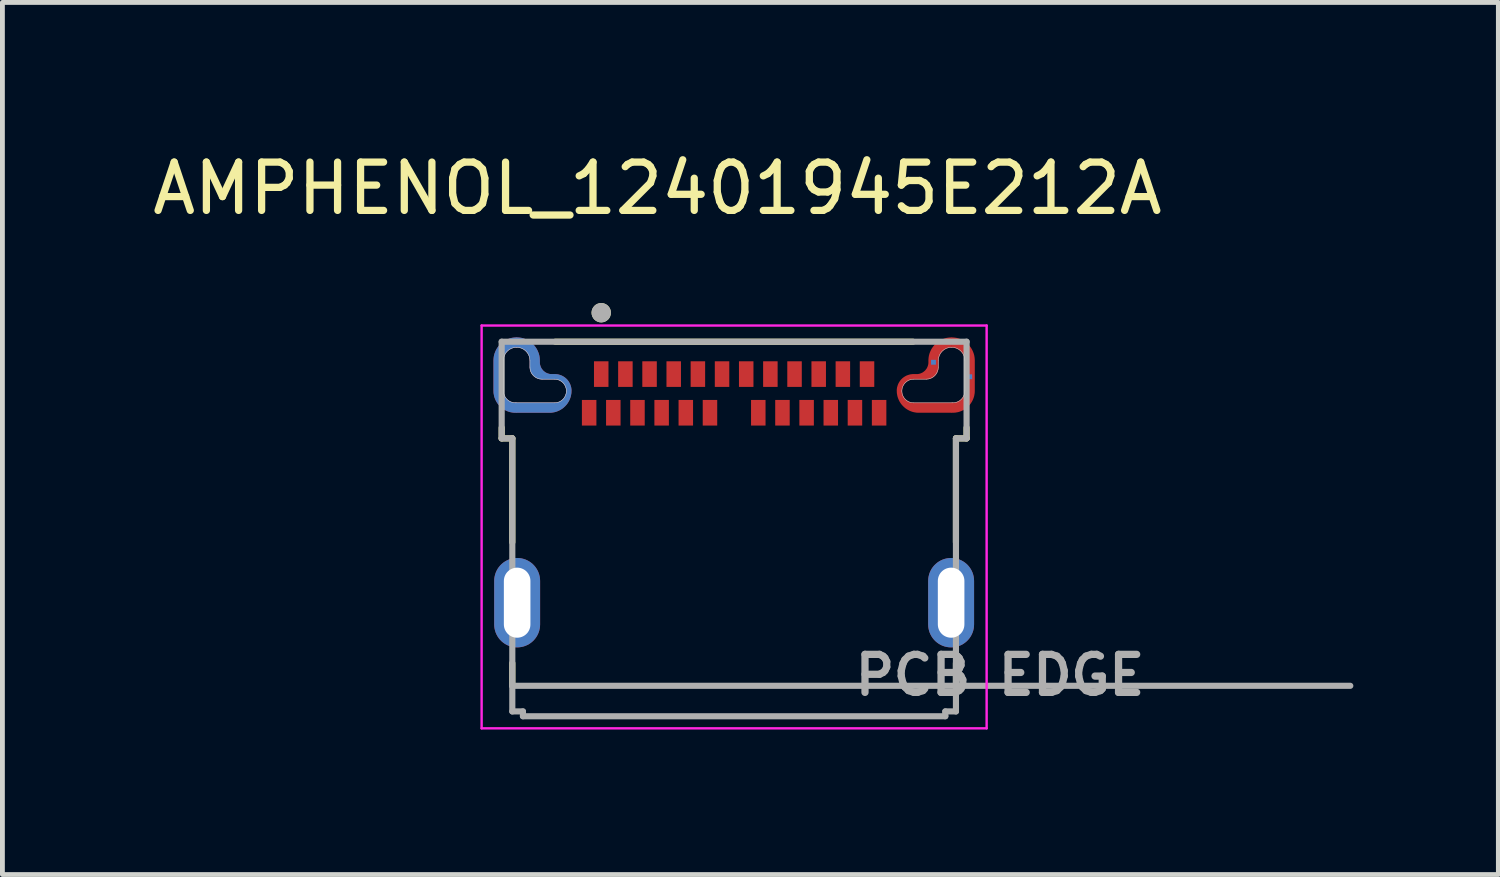
<source format=kicad_pcb>
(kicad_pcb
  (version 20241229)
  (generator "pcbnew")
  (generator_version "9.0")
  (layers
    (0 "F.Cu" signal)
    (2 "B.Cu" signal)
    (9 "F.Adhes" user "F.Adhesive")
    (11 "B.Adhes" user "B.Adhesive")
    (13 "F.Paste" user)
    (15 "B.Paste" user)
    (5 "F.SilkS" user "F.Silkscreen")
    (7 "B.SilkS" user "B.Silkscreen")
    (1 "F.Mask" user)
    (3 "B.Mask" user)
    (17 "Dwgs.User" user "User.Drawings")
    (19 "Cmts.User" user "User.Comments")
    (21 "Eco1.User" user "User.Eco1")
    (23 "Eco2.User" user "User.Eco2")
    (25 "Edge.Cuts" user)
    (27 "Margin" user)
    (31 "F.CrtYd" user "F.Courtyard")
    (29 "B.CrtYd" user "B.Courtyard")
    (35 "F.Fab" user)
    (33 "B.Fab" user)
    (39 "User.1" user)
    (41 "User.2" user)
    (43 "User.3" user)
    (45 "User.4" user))
  (footprint "AMPHENOL_12401945E212A"
    (layer "F.Cu")
    (at 12.141 9.421)
    (property "Reference" "AMPHENOL_12401945E212A" (at -1.587 -8.572 0) (layer "F.SilkS") (effects (font (size 1 1) (thickness 0.15))))
    (attr smd)
    (fp_poly (pts (xy -3.2 -4.245) (xy -2.8 -4.245) (xy -2.8 -3.615) (xy -3.2 -3.615)) (stroke (width 0.01) (type solid)) (fill yes) (layer "F.Mask"))
    (fp_poly (pts (xy -2.95 -5.045) (xy -2.55 -5.045) (xy -2.55 -4.415) (xy -2.95 -4.415)) (stroke (width 0.01) (type solid)) (fill yes) (layer "F.Mask"))
    (fp_poly (pts (xy -2.7 -4.245) (xy -2.3 -4.245) (xy -2.3 -3.615) (xy -2.7 -3.615)) (stroke (width 0.01) (type solid)) (fill yes) (layer "F.Mask"))
    (fp_poly (pts (xy -2.45 -5.045) (xy -2.05 -5.045) (xy -2.05 -4.415) (xy -2.45 -4.415)) (stroke (width 0.01) (type solid)) (fill yes) (layer "F.Mask"))
    (fp_poly (pts (xy -2.2 -4.245) (xy -1.8 -4.245) (xy -1.8 -3.615) (xy -2.2 -3.615)) (stroke (width 0.01) (type solid)) (fill yes) (layer "F.Mask"))
    (fp_poly (pts (xy -1.95 -5.045) (xy -1.55 -5.045) (xy -1.55 -4.415) (xy -1.95 -4.415)) (stroke (width 0.01) (type solid)) (fill yes) (layer "F.Mask"))
    (fp_poly (pts (xy -1.7 -4.245) (xy -1.3 -4.245) (xy -1.3 -3.615) (xy -1.7 -3.615)) (stroke (width 0.01) (type solid)) (fill yes) (layer "F.Mask"))
    (fp_poly (pts (xy -1.45 -5.045) (xy -1.05 -5.045) (xy -1.05 -4.415) (xy -1.45 -4.415)) (stroke (width 0.01) (type solid)) (fill yes) (layer "F.Mask"))
    (fp_poly (pts (xy -1.2 -4.245) (xy -0.8 -4.245) (xy -0.8 -3.615) (xy -1.2 -3.615)) (stroke (width 0.01) (type solid)) (fill yes) (layer "F.Mask"))
    (fp_poly (pts (xy -0.95 -5.045) (xy -0.55 -5.045) (xy -0.55 -4.415) (xy -0.95 -4.415)) (stroke (width 0.01) (type solid)) (fill yes) (layer "F.Mask"))
    (fp_poly (pts (xy -0.7 -4.245) (xy -0.3 -4.245) (xy -0.3 -3.615) (xy -0.7 -3.615)) (stroke (width 0.01) (type solid)) (fill yes) (layer "F.Mask"))
    (fp_poly (pts (xy -0.45 -5.045) (xy -0.05 -5.045) (xy -0.05 -4.415) (xy -0.45 -4.415)) (stroke (width 0.01) (type solid)) (fill yes) (layer "F.Mask"))
    (fp_poly (pts (xy 0.05 -5.045) (xy 0.45 -5.045) (xy 0.45 -4.415) (xy 0.05 -4.415)) (stroke (width 0.01) (type solid)) (fill yes) (layer "F.Mask"))
    (fp_poly (pts (xy 0.3 -4.245) (xy 0.7 -4.245) (xy 0.7 -3.615) (xy 0.3 -3.615)) (stroke (width 0.01) (type solid)) (fill yes) (layer "F.Mask"))
    (fp_poly (pts (xy 0.55 -5.045) (xy 0.95 -5.045) (xy 0.95 -4.415) (xy 0.55 -4.415)) (stroke (width 0.01) (type solid)) (fill yes) (layer "F.Mask"))
    (fp_poly (pts (xy 0.8 -4.245) (xy 1.2 -4.245) (xy 1.2 -3.615) (xy 0.8 -3.615)) (stroke (width 0.01) (type solid)) (fill yes) (layer "F.Mask"))
    (fp_poly (pts (xy 1.05 -5.045) (xy 1.45 -5.045) (xy 1.45 -4.415) (xy 1.05 -4.415)) (stroke (width 0.01) (type solid)) (fill yes) (layer "F.Mask"))
    (fp_poly (pts (xy 1.3 -4.245) (xy 1.7 -4.245) (xy 1.7 -3.615) (xy 1.3 -3.615)) (stroke (width 0.01) (type solid)) (fill yes) (layer "F.Mask"))
    (fp_poly (pts (xy 1.55 -5.045) (xy 1.95 -5.045) (xy 1.95 -4.415) (xy 1.55 -4.415)) (stroke (width 0.01) (type solid)) (fill yes) (layer "F.Mask"))
    (fp_poly (pts (xy 1.8 -4.245) (xy 2.2 -4.245) (xy 2.2 -3.615) (xy 1.8 -3.615)) (stroke (width 0.01) (type solid)) (fill yes) (layer "F.Mask"))
    (fp_poly (pts (xy 2.05 -5.045) (xy 2.45 -5.045) (xy 2.45 -4.415) (xy 2.05 -4.415)) (stroke (width 0.01) (type solid)) (fill yes) (layer "F.Mask"))
    (fp_poly (pts (xy 2.3 -4.245) (xy 2.7 -4.245) (xy 2.7 -3.615) (xy 2.3 -3.615)) (stroke (width 0.01) (type solid)) (fill yes) (layer "F.Mask"))
    (fp_poly (pts (xy 2.55 -5.045) (xy 2.95 -5.045) (xy 2.95 -4.415) (xy 2.55 -4.415)) (stroke (width 0.01) (type solid)) (fill yes) (layer "F.Mask"))
    (fp_poly (pts (xy 2.8 -4.245) (xy 3.2 -4.245) (xy 3.2 -3.615) (xy 2.8 -3.615)) (stroke (width 0.01) (type solid)) (fill yes) (layer "F.Mask"))
    (fp_poly (pts (xy -5.075 -5.01) (xy -5.075 -4.385) (xy -5.074 -4.356) (xy -5.072 -4.328) (xy -5.068 -4.299) (xy -5.063 -4.271) (xy -5.056 -4.243) (xy -5.048 -4.215) (xy -5.038 -4.188) (xy -5.027 -4.161) (xy -5.015 -4.135) (xy -5.001 -4.11) (xy -4.986 -4.085) (xy -4.97 -4.062) (xy -4.952 -4.039) (xy -4.934 -4.017) (xy -4.914 -3.996) (xy -4.893 -3.976) (xy -4.871 -3.958) (xy -4.848 -3.94) (xy -4.825 -3.924) (xy -4.8 -3.909) (xy -4.775 -3.895) (xy -4.749 -3.883) (xy -4.722 -3.872) (xy -4.695 -3.862) (xy -4.667 -3.854) (xy -4.639 -3.847) (xy -4.611 -3.842) (xy -4.582 -3.838) (xy -4.554 -3.836) (xy -4.525 -3.835) (xy -3.82 -3.835) (xy -3.791 -3.836) (xy -3.763 -3.838) (xy -3.734 -3.842) (xy -3.706 -3.847) (xy -3.678 -3.854) (xy -3.65 -3.862) (xy -3.623 -3.872) (xy -3.596 -3.883) (xy -3.57 -3.895) (xy -3.545 -3.909) (xy -3.52 -3.924) (xy -3.497 -3.94) (xy -3.474 -3.958) (xy -3.452 -3.976) (xy -3.431 -3.996) (xy -3.411 -4.017) (xy -3.393 -4.039) (xy -3.375 -4.062) (xy -3.359 -4.085) (xy -3.344 -4.11) (xy -3.33 -4.135) (xy -3.318 -4.161) (xy -3.307 -4.188) (xy -3.297 -4.215) (xy -3.289 -4.243) (xy -3.282 -4.271) (xy -3.277 -4.299) (xy -3.273 -4.328) (xy -3.271 -4.356) (xy -3.27 -4.385) (xy -3.271 -4.408) (xy -3.272 -4.431) (xy -3.275 -4.454) (xy -3.28 -4.476) (xy -3.285 -4.499) (xy -3.292 -4.521) (xy -3.299 -4.543) (xy -3.308 -4.564) (xy -3.318 -4.585) (xy -3.329 -4.605) (xy -3.341 -4.625) (xy -3.354 -4.644) (xy -3.368 -4.662) (xy -3.383 -4.679) (xy -3.399 -4.696) (xy -3.416 -4.712) (xy -3.433 -4.727) (xy -3.451 -4.741) (xy -3.47 -4.754) (xy -3.49 -4.766) (xy -3.51 -4.777) (xy -3.531 -4.787) (xy -3.552 -4.796) (xy -3.574 -4.803) (xy -3.596 -4.81) (xy -3.619 -4.815) (xy -3.641 -4.82) (xy -3.664 -4.823) (xy -3.687 -4.824) (xy -3.71 -4.825) (xy -3.74 -4.825) (xy -3.75 -4.825) (xy -3.759 -4.826) (xy -3.769 -4.827) (xy -3.778 -4.829) (xy -3.788 -4.831) (xy -3.797 -4.834) (xy -3.806 -4.837) (xy -3.815 -4.841) (xy -3.824 -4.845) (xy -3.833 -4.85) (xy -3.841 -4.855) (xy -3.849 -4.86) (xy -3.856 -4.866) (xy -3.864 -4.873) (xy -3.871 -4.879) (xy -3.877 -4.886) (xy -3.884 -4.894) (xy -3.89 -4.901) (xy -3.895 -4.909) (xy -3.9 -4.918) (xy -3.905 -4.926) (xy -3.909 -4.935) (xy -3.913 -4.944) (xy -3.916 -4.953) (xy -3.919 -4.962) (xy -3.921 -4.972) (xy -3.923 -4.981) (xy -3.924 -4.991) (xy -3.925 -5) (xy -3.925 -5.01) (xy -3.926 -5.04) (xy -3.928 -5.07) (xy -3.932 -5.1) (xy -3.938 -5.13) (xy -3.945 -5.159) (xy -3.953 -5.188) (xy -3.963 -5.216) (xy -3.975 -5.244) (xy -3.988 -5.271) (xy -4.002 -5.297) (xy -4.018 -5.323) (xy -4.035 -5.348) (xy -4.053 -5.372) (xy -4.073 -5.395) (xy -4.093 -5.417) (xy -4.115 -5.437) (xy -4.138 -5.457) (xy -4.162 -5.475) (xy -4.187 -5.492) (xy -4.213 -5.508) (xy -4.239 -5.522) (xy -4.266 -5.535) (xy -4.294 -5.547) (xy -4.322 -5.557) (xy -4.351 -5.565) (xy -4.38 -5.572) (xy -4.41 -5.578) (xy -4.44 -5.582) (xy -4.47 -5.584) (xy -4.5 -5.585) (xy -4.53 -5.584) (xy -4.56 -5.582) (xy -4.59 -5.578) (xy -4.62 -5.572) (xy -4.649 -5.565) (xy -4.678 -5.557) (xy -4.706 -5.547) (xy -4.734 -5.535) (xy -4.761 -5.522) (xy -4.787 -5.508) (xy -4.813 -5.492) (xy -4.838 -5.475) (xy -4.862 -5.457) (xy -4.885 -5.437) (xy -4.907 -5.417) (xy -4.927 -5.395) (xy -4.947 -5.372) (xy -4.965 -5.348) (xy -4.982 -5.323) (xy -4.998 -5.297) (xy -5.012 -5.271) (xy -5.025 -5.244) (xy -5.037 -5.216) (xy -5.047 -5.188) (xy -5.055 -5.159) (xy -5.062 -5.13) (xy -5.068 -5.1) (xy -5.072 -5.07) (xy -5.074 -5.04) (xy -5.075 -5.01)) (stroke (width 0.01) (type solid)) (fill yes) (layer "F.Mask"))
    (fp_poly (pts (xy 5.075 -5.01) (xy 5.075 -4.385) (xy 5.074 -4.356) (xy 5.072 -4.328) (xy 5.068 -4.299) (xy 5.063 -4.271) (xy 5.056 -4.243) (xy 5.048 -4.215) (xy 5.038 -4.188) (xy 5.027 -4.161) (xy 5.015 -4.135) (xy 5.001 -4.11) (xy 4.986 -4.085) (xy 4.97 -4.062) (xy 4.952 -4.039) (xy 4.934 -4.017) (xy 4.914 -3.996) (xy 4.893 -3.976) (xy 4.871 -3.958) (xy 4.848 -3.94) (xy 4.825 -3.924) (xy 4.8 -3.909) (xy 4.775 -3.895) (xy 4.749 -3.883) (xy 4.722 -3.872) (xy 4.695 -3.862) (xy 4.667 -3.854) (xy 4.639 -3.847) (xy 4.611 -3.842) (xy 4.582 -3.838) (xy 4.554 -3.836) (xy 4.525 -3.835) (xy 3.82 -3.835) (xy 3.791 -3.836) (xy 3.763 -3.838) (xy 3.734 -3.842) (xy 3.706 -3.847) (xy 3.678 -3.854) (xy 3.65 -3.862) (xy 3.623 -3.872) (xy 3.596 -3.883) (xy 3.57 -3.895) (xy 3.545 -3.909) (xy 3.52 -3.924) (xy 3.497 -3.94) (xy 3.474 -3.958) (xy 3.452 -3.976) (xy 3.431 -3.996) (xy 3.411 -4.017) (xy 3.393 -4.039) (xy 3.375 -4.062) (xy 3.359 -4.085) (xy 3.344 -4.11) (xy 3.33 -4.135) (xy 3.318 -4.161) (xy 3.307 -4.188) (xy 3.297 -4.215) (xy 3.289 -4.243) (xy 3.282 -4.271) (xy 3.277 -4.299) (xy 3.273 -4.328) (xy 3.271 -4.356) (xy 3.27 -4.385) (xy 3.271 -4.408) (xy 3.272 -4.431) (xy 3.275 -4.454) (xy 3.28 -4.476) (xy 3.285 -4.499) (xy 3.292 -4.521) (xy 3.299 -4.543) (xy 3.308 -4.564) (xy 3.318 -4.585) (xy 3.329 -4.605) (xy 3.341 -4.625) (xy 3.354 -4.644) (xy 3.368 -4.662) (xy 3.383 -4.679) (xy 3.399 -4.696) (xy 3.416 -4.712) (xy 3.433 -4.727) (xy 3.451 -4.741) (xy 3.47 -4.754) (xy 3.49 -4.766) (xy 3.51 -4.777) (xy 3.531 -4.787) (xy 3.552 -4.796) (xy 3.574 -4.803) (xy 3.596 -4.81) (xy 3.619 -4.815) (xy 3.641 -4.82) (xy 3.664 -4.823) (xy 3.687 -4.824) (xy 3.71 -4.825) (xy 3.74 -4.825) (xy 3.75 -4.825) (xy 3.759 -4.826) (xy 3.769 -4.827) (xy 3.778 -4.829) (xy 3.788 -4.831) (xy 3.797 -4.834) (xy 3.806 -4.837) (xy 3.815 -4.841) (xy 3.824 -4.845) (xy 3.833 -4.85) (xy 3.841 -4.855) (xy 3.849 -4.86) (xy 3.856 -4.866) (xy 3.864 -4.873) (xy 3.871 -4.879) (xy 3.877 -4.886) (xy 3.884 -4.894) (xy 3.89 -4.901) (xy 3.895 -4.909) (xy 3.9 -4.918) (xy 3.905 -4.926) (xy 3.909 -4.935) (xy 3.913 -4.944) (xy 3.916 -4.953) (xy 3.919 -4.962) (xy 3.921 -4.972) (xy 3.923 -4.981) (xy 3.924 -4.991) (xy 3.925 -5) (xy 3.925 -5.01) (xy 3.926 -5.04) (xy 3.928 -5.07) (xy 3.932 -5.1) (xy 3.938 -5.13) (xy 3.945 -5.159) (xy 3.953 -5.188) (xy 3.963 -5.216) (xy 3.975 -5.244) (xy 3.988 -5.271) (xy 4.002 -5.297) (xy 4.018 -5.323) (xy 4.035 -5.348) (xy 4.053 -5.372) (xy 4.073 -5.395) (xy 4.093 -5.417) (xy 4.115 -5.437) (xy 4.138 -5.457) (xy 4.162 -5.475) (xy 4.187 -5.492) (xy 4.213 -5.508) (xy 4.239 -5.522) (xy 4.266 -5.535) (xy 4.294 -5.547) (xy 4.322 -5.557) (xy 4.351 -5.565) (xy 4.38 -5.572) (xy 4.41 -5.578) (xy 4.44 -5.582) (xy 4.47 -5.584) (xy 4.5 -5.585) (xy 4.53 -5.584) (xy 4.56 -5.582) (xy 4.59 -5.578) (xy 4.62 -5.572) (xy 4.649 -5.565) (xy 4.678 -5.557) (xy 4.706 -5.547) (xy 4.734 -5.535) (xy 4.761 -5.522) (xy 4.787 -5.508) (xy 4.813 -5.492) (xy 4.838 -5.475) (xy 4.862 -5.457) (xy 4.885 -5.437) (xy 4.907 -5.417) (xy 4.927 -5.395) (xy 4.947 -5.372) (xy 4.965 -5.348) (xy 4.982 -5.323) (xy 4.998 -5.297) (xy 5.012 -5.271) (xy 5.025 -5.244) (xy 5.037 -5.216) (xy 5.047 -5.188) (xy 5.055 -5.159) (xy 5.062 -5.13) (xy 5.068 -5.1) (xy 5.072 -5.07) (xy 5.074 -5.04) (xy 5.075 -5.01)) (stroke (width 0.01) (type solid)) (fill yes) (layer "F.Mask"))
    (fp_poly (pts (xy -5.075 -5.01) (xy -5.075 -4.385) (xy -5.074 -4.356) (xy -5.072 -4.328) (xy -5.068 -4.299) (xy -5.063 -4.271) (xy -5.056 -4.243) (xy -5.048 -4.215) (xy -5.038 -4.188) (xy -5.027 -4.161) (xy -5.015 -4.135) (xy -5.001 -4.11) (xy -4.986 -4.085) (xy -4.97 -4.062) (xy -4.952 -4.039) (xy -4.934 -4.017) (xy -4.914 -3.996) (xy -4.893 -3.976) (xy -4.871 -3.958) (xy -4.848 -3.94) (xy -4.825 -3.924) (xy -4.8 -3.909) (xy -4.775 -3.895) (xy -4.749 -3.883) (xy -4.722 -3.872) (xy -4.695 -3.862) (xy -4.667 -3.854) (xy -4.639 -3.847) (xy -4.611 -3.842) (xy -4.582 -3.838) (xy -4.554 -3.836) (xy -4.525 -3.835) (xy -3.82 -3.835) (xy -3.791 -3.836) (xy -3.763 -3.838) (xy -3.734 -3.842) (xy -3.706 -3.847) (xy -3.678 -3.854) (xy -3.65 -3.862) (xy -3.623 -3.872) (xy -3.596 -3.883) (xy -3.57 -3.895) (xy -3.545 -3.909) (xy -3.52 -3.924) (xy -3.497 -3.94) (xy -3.474 -3.958) (xy -3.452 -3.976) (xy -3.431 -3.996) (xy -3.411 -4.017) (xy -3.393 -4.039) (xy -3.375 -4.062) (xy -3.359 -4.085) (xy -3.344 -4.11) (xy -3.33 -4.135) (xy -3.318 -4.161) (xy -3.307 -4.188) (xy -3.297 -4.215) (xy -3.289 -4.243) (xy -3.282 -4.271) (xy -3.277 -4.299) (xy -3.273 -4.328) (xy -3.271 -4.356) (xy -3.27 -4.385) (xy -3.271 -4.408) (xy -3.272 -4.431) (xy -3.275 -4.454) (xy -3.28 -4.476) (xy -3.285 -4.499) (xy -3.292 -4.521) (xy -3.299 -4.543) (xy -3.308 -4.564) (xy -3.318 -4.585) (xy -3.329 -4.605) (xy -3.341 -4.625) (xy -3.354 -4.644) (xy -3.368 -4.662) (xy -3.383 -4.679) (xy -3.399 -4.696) (xy -3.416 -4.712) (xy -3.433 -4.727) (xy -3.451 -4.741) (xy -3.47 -4.754) (xy -3.49 -4.766) (xy -3.51 -4.777) (xy -3.531 -4.787) (xy -3.552 -4.796) (xy -3.574 -4.803) (xy -3.596 -4.81) (xy -3.619 -4.815) (xy -3.641 -4.82) (xy -3.664 -4.823) (xy -3.687 -4.824) (xy -3.71 -4.825) (xy -3.74 -4.825) (xy -3.75 -4.825) (xy -3.759 -4.826) (xy -3.769 -4.827) (xy -3.778 -4.829) (xy -3.788 -4.831) (xy -3.797 -4.834) (xy -3.806 -4.837) (xy -3.815 -4.841) (xy -3.824 -4.845) (xy -3.833 -4.85) (xy -3.841 -4.855) (xy -3.849 -4.86) (xy -3.856 -4.866) (xy -3.864 -4.873) (xy -3.871 -4.879) (xy -3.877 -4.886) (xy -3.884 -4.894) (xy -3.89 -4.901) (xy -3.895 -4.909) (xy -3.9 -4.918) (xy -3.905 -4.926) (xy -3.909 -4.935) (xy -3.913 -4.944) (xy -3.916 -4.953) (xy -3.919 -4.962) (xy -3.921 -4.972) (xy -3.923 -4.981) (xy -3.924 -4.991) (xy -3.925 -5) (xy -3.925 -5.01) (xy -3.926 -5.04) (xy -3.928 -5.07) (xy -3.932 -5.1) (xy -3.938 -5.13) (xy -3.945 -5.159) (xy -3.953 -5.188) (xy -3.963 -5.216) (xy -3.975 -5.244) (xy -3.988 -5.271) (xy -4.002 -5.297) (xy -4.018 -5.323) (xy -4.035 -5.348) (xy -4.053 -5.372) (xy -4.073 -5.395) (xy -4.093 -5.417) (xy -4.115 -5.437) (xy -4.138 -5.457) (xy -4.162 -5.475) (xy -4.187 -5.492) (xy -4.213 -5.508) (xy -4.239 -5.522) (xy -4.266 -5.535) (xy -4.294 -5.547) (xy -4.322 -5.557) (xy -4.351 -5.565) (xy -4.38 -5.572) (xy -4.41 -5.578) (xy -4.44 -5.582) (xy -4.47 -5.584) (xy -4.5 -5.585) (xy -4.53 -5.584) (xy -4.56 -5.582) (xy -4.59 -5.578) (xy -4.62 -5.572) (xy -4.649 -5.565) (xy -4.678 -5.557) (xy -4.706 -5.547) (xy -4.734 -5.535) (xy -4.761 -5.522) (xy -4.787 -5.508) (xy -4.813 -5.492) (xy -4.838 -5.475) (xy -4.862 -5.457) (xy -4.885 -5.437) (xy -4.907 -5.417) (xy -4.927 -5.395) (xy -4.947 -5.372) (xy -4.965 -5.348) (xy -4.982 -5.323) (xy -4.998 -5.297) (xy -5.012 -5.271) (xy -5.025 -5.244) (xy -5.037 -5.216) (xy -5.047 -5.188) (xy -5.055 -5.159) (xy -5.062 -5.13) (xy -5.068 -5.1) (xy -5.072 -5.07) (xy -5.074 -5.04) (xy -5.075 -5.01)) (stroke (width 0.01) (type solid)) (fill yes) (layer "B.Mask"))
    (fp_poly (pts (xy 5.075 -5.01) (xy 5.075 -4.385) (xy 5.074 -4.356) (xy 5.072 -4.328) (xy 5.068 -4.299) (xy 5.063 -4.271) (xy 5.056 -4.243) (xy 5.048 -4.215) (xy 5.038 -4.188) (xy 5.027 -4.161) (xy 5.015 -4.135) (xy 5.001 -4.11) (xy 4.986 -4.085) (xy 4.97 -4.062) (xy 4.952 -4.039) (xy 4.934 -4.017) (xy 4.914 -3.996) (xy 4.893 -3.976) (xy 4.871 -3.958) (xy 4.848 -3.94) (xy 4.825 -3.924) (xy 4.8 -3.909) (xy 4.775 -3.895) (xy 4.749 -3.883) (xy 4.722 -3.872) (xy 4.695 -3.862) (xy 4.667 -3.854) (xy 4.639 -3.847) (xy 4.611 -3.842) (xy 4.582 -3.838) (xy 4.554 -3.836) (xy 4.525 -3.835) (xy 3.82 -3.835) (xy 3.791 -3.836) (xy 3.763 -3.838) (xy 3.734 -3.842) (xy 3.706 -3.847) (xy 3.678 -3.854) (xy 3.65 -3.862) (xy 3.623 -3.872) (xy 3.596 -3.883) (xy 3.57 -3.895) (xy 3.545 -3.909) (xy 3.52 -3.924) (xy 3.497 -3.94) (xy 3.474 -3.958) (xy 3.452 -3.976) (xy 3.431 -3.996) (xy 3.411 -4.017) (xy 3.393 -4.039) (xy 3.375 -4.062) (xy 3.359 -4.085) (xy 3.344 -4.11) (xy 3.33 -4.135) (xy 3.318 -4.161) (xy 3.307 -4.188) (xy 3.297 -4.215) (xy 3.289 -4.243) (xy 3.282 -4.271) (xy 3.277 -4.299) (xy 3.273 -4.328) (xy 3.271 -4.356) (xy 3.27 -4.385) (xy 3.271 -4.408) (xy 3.272 -4.431) (xy 3.275 -4.454) (xy 3.28 -4.476) (xy 3.285 -4.499) (xy 3.292 -4.521) (xy 3.299 -4.543) (xy 3.308 -4.564) (xy 3.318 -4.585) (xy 3.329 -4.605) (xy 3.341 -4.625) (xy 3.354 -4.644) (xy 3.368 -4.662) (xy 3.383 -4.679) (xy 3.399 -4.696) (xy 3.416 -4.712) (xy 3.433 -4.727) (xy 3.451 -4.741) (xy 3.47 -4.754) (xy 3.49 -4.766) (xy 3.51 -4.777) (xy 3.531 -4.787) (xy 3.552 -4.796) (xy 3.574 -4.803) (xy 3.596 -4.81) (xy 3.619 -4.815) (xy 3.641 -4.82) (xy 3.664 -4.823) (xy 3.687 -4.824) (xy 3.71 -4.825) (xy 3.74 -4.825) (xy 3.75 -4.825) (xy 3.759 -4.826) (xy 3.769 -4.827) (xy 3.778 -4.829) (xy 3.788 -4.831) (xy 3.797 -4.834) (xy 3.806 -4.837) (xy 3.815 -4.841) (xy 3.824 -4.845) (xy 3.833 -4.85) (xy 3.841 -4.855) (xy 3.849 -4.86) (xy 3.856 -4.866) (xy 3.864 -4.873) (xy 3.871 -4.879) (xy 3.877 -4.886) (xy 3.884 -4.894) (xy 3.89 -4.901) (xy 3.895 -4.909) (xy 3.9 -4.918) (xy 3.905 -4.926) (xy 3.909 -4.935) (xy 3.913 -4.944) (xy 3.916 -4.953) (xy 3.919 -4.962) (xy 3.921 -4.972) (xy 3.923 -4.981) (xy 3.924 -4.991) (xy 3.925 -5) (xy 3.925 -5.01) (xy 3.926 -5.04) (xy 3.928 -5.07) (xy 3.932 -5.1) (xy 3.938 -5.13) (xy 3.945 -5.159) (xy 3.953 -5.188) (xy 3.963 -5.216) (xy 3.975 -5.244) (xy 3.988 -5.271) (xy 4.002 -5.297) (xy 4.018 -5.323) (xy 4.035 -5.348) (xy 4.053 -5.372) (xy 4.073 -5.395) (xy 4.093 -5.417) (xy 4.115 -5.437) (xy 4.138 -5.457) (xy 4.162 -5.475) (xy 4.187 -5.492) (xy 4.213 -5.508) (xy 4.239 -5.522) (xy 4.266 -5.535) (xy 4.294 -5.547) (xy 4.322 -5.557) (xy 4.351 -5.565) (xy 4.38 -5.572) (xy 4.41 -5.578) (xy 4.44 -5.582) (xy 4.47 -5.584) (xy 4.5 -5.585) (xy 4.53 -5.584) (xy 4.56 -5.582) (xy 4.59 -5.578) (xy 4.62 -5.572) (xy 4.649 -5.565) (xy 4.678 -5.557) (xy 4.706 -5.547) (xy 4.734 -5.535) (xy 4.761 -5.522) (xy 4.787 -5.508) (xy 4.813 -5.492) (xy 4.838 -5.475) (xy 4.862 -5.457) (xy 4.885 -5.437) (xy 4.907 -5.417) (xy 4.927 -5.395) (xy 4.947 -5.372) (xy 4.965 -5.348) (xy 4.982 -5.323) (xy 4.998 -5.297) (xy 5.012 -5.271) (xy 5.025 -5.244) (xy 5.037 -5.216) (xy 5.047 -5.188) (xy 5.055 -5.159) (xy 5.062 -5.13) (xy 5.068 -5.1) (xy 5.072 -5.07) (xy 5.074 -5.04) (xy 5.075 -5.01)) (stroke (width 0.01) (type solid)) (fill yes) (layer "B.Mask"))
    (fp_line (start -4.81 -3.4) (end -4.81 -3.62) (stroke (width 0.127) (type solid)) (layer "F.SilkS"))
    (fp_line (start -4.59 -3.4) (end -4.81 -3.4) (stroke (width 0.127) (type solid)) (layer "F.SilkS"))
    (fp_line (start -4.59 -1.25) (end -4.59 -3.4) (stroke (width 0.127) (type solid)) (layer "F.SilkS"))
    (fp_line (start -4.59 1.72) (end -4.59 1.25) (stroke (width 0.127) (type solid)) (layer "F.SilkS"))
    (fp_line (start -3.7 -5.4) (end 3.7 -5.4) (stroke (width 0.127) (type solid)) (layer "F.SilkS"))
    (fp_line (start 4.59 -3.4) (end 4.59 -1.25) (stroke (width 0.127) (type solid)) (layer "F.SilkS"))
    (fp_line (start 4.59 1.25) (end 4.59 1.72) (stroke (width 0.127) (type solid)) (layer "F.SilkS"))
    (fp_line (start 4.81 -3.62) (end 4.81 -3.4) (stroke (width 0.127) (type solid)) (layer "F.SilkS"))
    (fp_line (start 4.81 -3.4) (end 4.59 -3.4) (stroke (width 0.127) (type solid)) (layer "F.SilkS"))
    (fp_circle (center -2.75 -6) (end -2.65 -6) (stroke (width 0.2) (type solid)) (fill no) (layer "F.SilkS"))
    (fp_line (start -4.775 -4.385) (end -4.775 -5.01) (stroke (width 0.01) (type solid)) (layer "Edge.Cuts"))
    (fp_line (start -4.225 -5.01) (end -4.225 -4.875) (stroke (width 0.01) (type solid)) (layer "Edge.Cuts"))
    (fp_line (start -3.975 -4.625) (end -3.715 -4.625) (stroke (width 0.01) (type solid)) (layer "Edge.Cuts"))
    (fp_line (start -3.715 -4.135) (end -4.525 -4.135) (stroke (width 0.01) (type solid)) (layer "Edge.Cuts"))
    (fp_line (start 3.715 -4.135) (end 4.525 -4.135) (stroke (width 0.01) (type solid)) (layer "Edge.Cuts"))
    (fp_line (start 3.975 -4.625) (end 3.715 -4.625) (stroke (width 0.01) (type solid)) (layer "Edge.Cuts"))
    (fp_line (start 4.225 -5.01) (end 4.225 -4.875) (stroke (width 0.01) (type solid)) (layer "Edge.Cuts"))
    (fp_line (start 4.775 -4.385) (end 4.775 -5.01) (stroke (width 0.01) (type solid)) (layer "Edge.Cuts"))
    (fp_arc (start -4.775 -5.01) (mid -4.694454 -5.204454) (end -4.5 -5.285) (stroke (width 0.01) (type solid)) (layer "Edge.Cuts"))
    (fp_arc (start -4.525 -4.135) (mid -4.701777 -4.208223) (end -4.775 -4.385) (stroke (width 0.01) (type solid)) (layer "Edge.Cuts"))
    (fp_arc (start -4.5 -5.285) (mid -4.305546 -5.204454) (end -4.225 -5.01) (stroke (width 0.01) (type solid)) (layer "Edge.Cuts"))
    (fp_arc (start -3.975 -4.625) (mid -4.151777 -4.698223) (end -4.225 -4.875) (stroke (width 0.01) (type solid)) (layer "Edge.Cuts"))
    (fp_arc (start -3.715 -4.625) (mid -3.541759 -4.553241) (end -3.47 -4.38) (stroke (width 0.01) (type solid)) (layer "Edge.Cuts"))
    (fp_arc (start -3.47 -4.38) (mid -3.541759 -4.206759) (end -3.715 -4.135) (stroke (width 0.01) (type solid)) (layer "Edge.Cuts"))
    (fp_arc (start 3.47 -4.38) (mid 3.541759 -4.553241) (end 3.715 -4.625) (stroke (width 0.01) (type solid)) (layer "Edge.Cuts"))
    (fp_arc (start 3.715 -4.135) (mid 3.541759 -4.206759) (end 3.47 -4.38) (stroke (width 0.01) (type solid)) (layer "Edge.Cuts"))
    (fp_arc (start 4.225 -5.01) (mid 4.305546 -5.204454) (end 4.5 -5.285) (stroke (width 0.01) (type solid)) (layer "Edge.Cuts"))
    (fp_arc (start 4.225 -4.875) (mid 4.151777 -4.698223) (end 3.975 -4.625) (stroke (width 0.01) (type solid)) (layer "Edge.Cuts"))
    (fp_arc (start 4.5 -5.285) (mid 4.694454 -5.204454) (end 4.775 -5.01) (stroke (width 0.01) (type solid)) (layer "Edge.Cuts"))
    (fp_arc (start 4.775 -4.385) (mid 4.701777 -4.208223) (end 4.525 -4.135) (stroke (width 0.01) (type solid)) (layer "Edge.Cuts"))
    (fp_line (start -5.225 -5.735) (end 5.225 -5.735) (stroke (width 0.05) (type solid)) (layer "F.CrtYd"))
    (fp_line (start -5.225 2.6) (end -5.225 -5.735) (stroke (width 0.05) (type solid)) (layer "F.CrtYd"))
    (fp_line (start 5.225 -5.735) (end 5.225 2.6) (stroke (width 0.05) (type solid)) (layer "F.CrtYd"))
    (fp_line (start 5.225 2.6) (end -5.225 2.6) (stroke (width 0.05) (type solid)) (layer "F.CrtYd"))
    (fp_line (start -4.81 -5.4) (end 4.81 -5.4) (stroke (width 0.127) (type solid)) (layer "F.Fab"))
    (fp_line (start -4.81 -3.4) (end -4.81 -5.4) (stroke (width 0.127) (type solid)) (layer "F.Fab"))
    (fp_line (start -4.59 -3.4) (end -4.81 -3.4) (stroke (width 0.127) (type solid)) (layer "F.Fab"))
    (fp_line (start -4.59 1.72) (end -4.59 -3.4) (stroke (width 0.127) (type solid)) (layer "F.Fab"))
    (fp_line (start -4.59 1.72) (end 12.75 1.72) (stroke (width 0.127) (type solid)) (layer "F.Fab"))
    (fp_line (start -4.59 2.25) (end -4.59 1.72) (stroke (width 0.127) (type solid)) (layer "F.Fab"))
    (fp_line (start -4.59 2.25) (end -4.37 2.25) (stroke (width 0.127) (type solid)) (layer "F.Fab"))
    (fp_line (start -4.37 2.25) (end -4.37 2.35) (stroke (width 0.127) (type solid)) (layer "F.Fab"))
    (fp_line (start 4.37 2.25) (end 4.37 2.35) (stroke (width 0.127) (type solid)) (layer "F.Fab"))
    (fp_line (start 4.37 2.35) (end -4.37 2.35) (stroke (width 0.127) (type solid)) (layer "F.Fab"))
    (fp_line (start 4.59 -3.4) (end 4.59 2.25) (stroke (width 0.127) (type solid)) (layer "F.Fab"))
    (fp_line (start 4.59 2.25) (end 4.37 2.25) (stroke (width 0.127) (type solid)) (layer "F.Fab"))
    (fp_line (start 4.81 -5.4) (end 4.81 -3.4) (stroke (width 0.127) (type solid)) (layer "F.Fab"))
    (fp_line (start 4.81 -3.4) (end 4.59 -3.4) (stroke (width 0.127) (type solid)) (layer "F.Fab"))
    (fp_circle (center -2.75 -6) (end -2.65 -6) (stroke (width 0.2) (type solid)) (fill no) (layer "F.Fab"))
    (fp_text user "PCB EDGE" (at 5.5 1.5 0) (layer "F.Fab") (effects (font (size 0.787 0.787) (thickness 0.15))))
    (pad "A1" smd rect (at -2.75 -4.73) (size 0.3 0.53) (layers "F.Cu" "F.Paste"))
    (pad "A2" smd rect (at -2.25 -4.73) (size 0.3 0.53) (layers "F.Cu" "F.Paste"))
    (pad "A3" smd rect (at -1.75 -4.73) (size 0.3 0.53) (layers "F.Cu" "F.Paste"))
    (pad "A4" smd rect (at -1.25 -4.73) (size 0.3 0.53) (layers "F.Cu" "F.Paste"))
    (pad "A5" smd rect (at -0.75 -4.73) (size 0.3 0.53) (layers "F.Cu" "F.Paste"))
    (pad "A6" smd rect (at -0.25 -4.73) (size 0.3 0.53) (layers "F.Cu" "F.Paste"))
    (pad "A7" smd rect (at 0.25 -4.73) (size 0.3 0.53) (layers "F.Cu" "F.Paste"))
    (pad "A8" smd rect (at 0.75 -4.73) (size 0.3 0.53) (layers "F.Cu" "F.Paste"))
    (pad "A9" smd rect (at 1.25 -4.73) (size 0.3 0.53) (layers "F.Cu" "F.Paste"))
    (pad "A10" smd rect (at 1.75 -4.73) (size 0.3 0.53) (layers "F.Cu" "F.Paste"))
    (pad "A11" smd rect (at 2.25 -4.73) (size 0.3 0.53) (layers "F.Cu" "F.Paste"))
    (pad "A12" smd rect (at 2.75 -4.73) (size 0.3 0.53) (layers "F.Cu" "F.Paste"))
    (pad "B1" smd rect (at 3 -3.93) (size 0.3 0.53) (layers "F.Cu" "F.Paste"))
    (pad "B2" smd rect (at 2.5 -3.93) (size 0.3 0.53) (layers "F.Cu" "F.Paste"))
    (pad "B3" smd rect (at 2 -3.93) (size 0.3 0.53) (layers "F.Cu" "F.Paste"))
    (pad "B4" smd rect (at 1.5 -3.93) (size 0.3 0.53) (layers "F.Cu" "F.Paste"))
    (pad "B5" smd rect (at 1 -3.93) (size 0.3 0.53) (layers "F.Cu" "F.Paste"))
    (pad "B6" smd rect (at 0.5 -3.93) (size 0.3 0.53) (layers "F.Cu" "F.Paste"))
    (pad "B7" smd rect (at -0.5 -3.93) (size 0.3 0.53) (layers "F.Cu" "F.Paste"))
    (pad "B8" smd rect (at -1 -3.93) (size 0.3 0.53) (layers "F.Cu" "F.Paste"))
    (pad "B9" smd rect (at -1.5 -3.93) (size 0.3 0.53) (layers "F.Cu" "F.Paste"))
    (pad "B10" smd rect (at -2 -3.93) (size 0.3 0.53) (layers "F.Cu" "F.Paste"))
    (pad "B11" smd rect (at -2.5 -3.93) (size 0.3 0.53) (layers "F.Cu" "F.Paste"))
    (pad "B12" smd rect (at -3 -3.93) (size 0.3 0.53) (layers "F.Cu" "F.Paste"))
    (pad "SH1" thru_hole oval (at -4.49 0) (size 0.95 1.85) (drill oval 0.55 1.45) (layers "*.Cu" "*.Mask"))
    (pad "SH2" thru_hole oval (at 4.49 0) (size 0.95 1.85) (drill oval 0.55 1.45) (layers "*.Cu" "*.Mask"))
    (pad "SH3_1" smd custom (at -4.875 -4.675) (size 0.1 0.1) (layers "F.Cu") (options (anchor rect)) (primitives (gr_poly (pts (xy 0.375 0.54) (xy 0.375 0.74) (xy 0.35 0.74) (xy 0.326 0.739) (xy 0.303 0.738) (xy 0.28 0.734) (xy 0.256 0.73) (xy 0.234 0.725) (xy 0.211 0.718) (xy 0.189 0.71) (xy 0.167 0.701) (xy 0.146 0.691) (xy 0.125 0.68) (xy 0.105 0.667) (xy 0.085 0.654) (xy 0.067 0.64) (xy 0.049 0.624) (xy 0.032 0.608) (xy 0.016 0.591) (xy 0 0.573) (xy -0.014 0.555) (xy -0.027 0.535) (xy -0.04 0.515) (xy -0.051 0.494) (xy -0.061 0.473) (xy -0.07 0.451) (xy -0.078 0.429) (xy -0.085 0.406) (xy -0.09 0.384) (xy -0.094 0.36) (xy -0.098 0.337) (xy -0.099 0.314) (xy -0.1 0.29) (xy -0.1 -0.335) (xy -0.099 -0.36) (xy -0.097 -0.385) (xy -0.094 -0.409) (xy -0.09 -0.434) (xy -0.084 -0.458) (xy -0.077 -0.482) (xy -0.068 -0.505) (xy -0.059 -0.528) (xy -0.048 -0.551) (xy -0.036 -0.573) (xy -0.023 -0.594) (xy -0.009 -0.614) (xy 0.006 -0.634) (xy 0.022 -0.653) (xy 0.039 -0.671) (xy 0.057 -0.688) (xy 0.076 -0.704) (xy 0.096 -0.719) (xy 0.116 -0.733) (xy 0.138 -0.746) (xy 0.159 -0.758) (xy 0.182 -0.769) (xy 0.205 -0.778) (xy 0.228 -0.787) (xy 0.252 -0.794) (xy 0.276 -0.8) (xy 0.301 -0.804) (xy 0.325 -0.807) (xy 0.35 -0.809) (xy 0.375 -0.81) (xy 0.375 -0.61) (xy 0.361 -0.61) (xy 0.346 -0.608) (xy 0.332 -0.607) (xy 0.318 -0.604) (xy 0.304 -0.601) (xy 0.29 -0.597) (xy 0.276 -0.592) (xy 0.263 -0.586) (xy 0.25 -0.58) (xy 0.237 -0.573) (xy 0.225 -0.566) (xy 0.213 -0.557) (xy 0.202 -0.549) (xy 0.191 -0.539) (xy 0.181 -0.529) (xy 0.171 -0.519) (xy 0.161 -0.508) (xy 0.153 -0.497) (xy 0.144 -0.485) (xy 0.137 -0.472) (xy 0.13 -0.46) (xy 0.124 -0.447) (xy 0.118 -0.434) (xy 0.113 -0.42) (xy 0.109 -0.406) (xy 0.106 -0.392) (xy 0.103 -0.378) (xy 0.102 -0.364) (xy 0.1 -0.349) (xy 0.1 -0.335) (xy 0.1 0.29) (xy 0.1 0.303) (xy 0.101 0.316) (xy 0.103 0.329) (xy 0.105 0.342) (xy 0.109 0.355) (xy 0.112 0.367) (xy 0.117 0.38) (xy 0.122 0.392) (xy 0.127 0.403) (xy 0.133 0.415) (xy 0.14 0.426) (xy 0.148 0.437) (xy 0.156 0.447) (xy 0.164 0.457) (xy 0.173 0.467) (xy 0.183 0.476) (xy 0.193 0.484) (xy 0.203 0.492) (xy 0.214 0.5) (xy 0.225 0.507) (xy 0.237 0.513) (xy 0.248 0.518) (xy 0.26 0.523) (xy 0.273 0.528) (xy 0.285 0.531) (xy 0.298 0.535) (xy 0.311 0.537) (xy 0.324 0.539) (xy 0.337 0.54) (xy 0.35 0.54) (xy 0.375 0.54)) (width 0.01) (fill yes))))
    (pad "SH3_2" smd custom (at -4.125 -4.95) (size 0.1 0.1) (layers "F.Cu") (options (anchor rect)) (primitives (gr_poly (pts (xy -0.375 -0.535) (xy -0.35 -0.534) (xy -0.325 -0.532) (xy -0.301 -0.529) (xy -0.276 -0.525) (xy -0.252 -0.519) (xy -0.228 -0.512) (xy -0.205 -0.503) (xy -0.182 -0.494) (xy -0.159 -0.483) (xy -0.138 -0.471) (xy -0.116 -0.458) (xy -0.096 -0.444) (xy -0.076 -0.429) (xy -0.057 -0.413) (xy -0.039 -0.396) (xy -0.022 -0.378) (xy -0.006 -0.359) (xy 0.009 -0.339) (xy 0.023 -0.319) (xy 0.036 -0.298) (xy 0.048 -0.276) (xy 0.059 -0.253) (xy 0.068 -0.23) (xy 0.077 -0.207) (xy 0.084 -0.183) (xy 0.09 -0.159) (xy 0.094 -0.134) (xy 0.097 -0.11) (xy 0.099 -0.085) (xy 0.1 -0.06) (xy 0.1 -0.025) (xy 0.1 -0.012) (xy 0.101 0.001) (xy 0.103 0.014) (xy 0.105 0.027) (xy 0.109 0.04) (xy 0.112 0.052) (xy 0.117 0.065) (xy 0.122 0.077) (xy 0.127 0.088) (xy 0.133 0.1) (xy 0.14 0.111) (xy 0.148 0.122) (xy 0.156 0.132) (xy 0.164 0.142) (xy 0.173 0.152) (xy 0.183 0.161) (xy 0.193 0.169) (xy 0.203 0.177) (xy 0.214 0.185) (xy 0.225 0.192) (xy 0.237 0.198) (xy 0.248 0.203) (xy 0.26 0.208) (xy 0.273 0.213) (xy 0.285 0.216) (xy 0.298 0.22) (xy 0.311 0.222) (xy 0.324 0.224) (xy 0.337 0.225) (xy 0.35 0.225) (xy 0.415 0.225) (xy 0.433 0.225) (xy 0.451 0.227) (xy 0.468 0.229) (xy 0.486 0.232) (xy 0.503 0.237) (xy 0.52 0.242) (xy 0.537 0.248) (xy 0.553 0.254) (xy 0.569 0.262) (xy 0.585 0.271) (xy 0.6 0.28) (xy 0.615 0.29) (xy 0.629 0.301) (xy 0.643 0.312) (xy 0.655 0.325) (xy 0.668 0.337) (xy 0.679 0.351) (xy 0.69 0.365) (xy 0.7 0.38) (xy 0.709 0.395) (xy 0.718 0.411) (xy 0.726 0.427) (xy 0.732 0.443) (xy 0.738 0.46) (xy 0.743 0.477) (xy 0.748 0.494) (xy 0.751 0.512) (xy 0.753 0.529) (xy 0.755 0.547) (xy 0.755 0.565) (xy 0.754 0.589) (xy 0.753 0.612) (xy 0.749 0.635) (xy 0.745 0.659) (xy 0.74 0.681) (xy 0.733 0.704) (xy 0.725 0.726) (xy 0.716 0.748) (xy 0.706 0.769) (xy 0.695 0.79) (xy 0.682 0.81) (xy 0.669 0.83) (xy 0.655 0.848) (xy 0.639 0.866) (xy 0.623 0.883) (xy 0.606 0.899) (xy 0.588 0.915) (xy 0.57 0.929) (xy 0.55 0.942) (xy 0.53 0.955) (xy 0.509 0.966) (xy 0.488 0.976) (xy 0.466 0.985) (xy 0.444 0.993) (xy 0.421 1) (xy 0.399 1.005) (xy 0.375 1.009) (xy 0.352 1.013) (xy 0.329 1.014) (xy 0.305 1.015) (xy -0.375 1.015) (xy -0.4 0.815) (xy 0.41 0.815) (xy 0.423 0.815) (xy 0.436 0.814) (xy 0.448 0.812) (xy 0.461 0.81) (xy 0.473 0.807) (xy 0.486 0.803) (xy 0.498 0.799) (xy 0.51 0.794) (xy 0.521 0.788) (xy 0.532 0.782) (xy 0.543 0.775) (xy 0.554 0.768) (xy 0.564 0.76) (xy 0.574 0.752) (xy 0.583 0.743) (xy 0.592 0.734) (xy 0.6 0.724) (xy 0.608 0.714) (xy 0.615 0.703) (xy 0.622 0.692) (xy 0.628 0.681) (xy 0.634 0.67) (xy 0.639 0.658) (xy 0.643 0.646) (xy 0.647 0.633) (xy 0.65 0.621) (xy 0.652 0.608) (xy 0.654 0.596) (xy 0.655 0.583) (xy 0.655 0.57) (xy 0.655 0.557) (xy 0.654 0.544) (xy 0.652 0.532) (xy 0.65 0.519) (xy 0.647 0.507) (xy 0.643 0.494) (xy 0.639 0.482) (xy 0.634 0.47) (xy 0.628 0.459) (xy 0.622 0.448) (xy 0.615 0.437) (xy 0.608 0.426) (xy 0.6 0.416) (xy 0.592 0.406) (xy 0.583 0.397) (xy 0.574 0.388) (xy 0.564 0.38) (xy 0.554 0.372) (xy 0.543 0.365) (xy 0.532 0.358) (xy 0.521 0.352) (xy 0.51 0.346) (xy 0.498 0.341) (xy 0.486 0.337) (xy 0.473 0.333) (xy 0.461 0.33) (xy 0.448 0.328) (xy 0.436 0.326) (xy 0.423 0.325) (xy 0.41 0.325) (xy 0.15 0.325) (xy 0.137 0.325) (xy 0.124 0.324) (xy 0.111 0.322) (xy 0.098 0.32) (xy 0.085 0.316) (xy 0.073 0.313) (xy 0.06 0.308) (xy 0.048 0.303) (xy 0.037 0.298) (xy 0.025 0.292) (xy 0.014 0.285) (xy 0.003 0.277) (xy -0.007 0.269) (xy -0.017 0.261) (xy -0.027 0.252) (xy -0.036 0.242) (xy -0.044 0.232) (xy -0.052 0.222) (xy -0.06 0.211) (xy -0.067 0.2) (xy -0.073 0.188) (xy -0.078 0.177) (xy -0.083 0.165) (xy -0.088 0.152) (xy -0.091 0.14) (xy -0.095 0.127) (xy -0.097 0.114) (xy -0.099 0.101) (xy -0.1 0.088) (xy -0.1 0.075) (xy -0.1 -0.06) (xy -0.1 -0.074) (xy -0.102 -0.089) (xy -0.103 -0.103) (xy -0.106 -0.117) (xy -0.109 -0.131) (xy -0.113 -0.145) (xy -0.118 -0.159) (xy -0.124 -0.172) (xy -0.13 -0.185) (xy -0.137 -0.197) (xy -0.144 -0.21) (xy -0.153 -0.222) (xy -0.161 -0.233) (xy -0.171 -0.244) (xy -0.181 -0.254) (xy -0.191 -0.264) (xy -0.202 -0.274) (xy -0.213 -0.282) (xy -0.225 -0.291) (xy -0.237 -0.298) (xy -0.25 -0.305) (xy -0.263 -0.311) (xy -0.276 -0.317) (xy -0.29 -0.322) (xy -0.304 -0.326) (xy -0.318 -0.329) (xy -0.332 -0.332) (xy -0.346 -0.333) (xy -0.361 -0.335) (xy -0.375 -0.335) (xy -0.375 -0.535)) (width 0.01) (fill yes))))
    (pad "SH3_3" smd custom (at -4.875 -4.675) (size 0.1 0.1) (layers "B.Cu") (options (anchor rect)) (primitives (gr_poly (pts (xy 0.375 0.54) (xy 0.375 0.74) (xy 0.35 0.74) (xy 0.326 0.739) (xy 0.303 0.738) (xy 0.28 0.734) (xy 0.256 0.73) (xy 0.234 0.725) (xy 0.211 0.718) (xy 0.189 0.71) (xy 0.167 0.701) (xy 0.146 0.691) (xy 0.125 0.68) (xy 0.105 0.667) (xy 0.085 0.654) (xy 0.067 0.64) (xy 0.049 0.624) (xy 0.032 0.608) (xy 0.016 0.591) (xy 0 0.573) (xy -0.014 0.555) (xy -0.027 0.535) (xy -0.04 0.515) (xy -0.051 0.494) (xy -0.061 0.473) (xy -0.07 0.451) (xy -0.078 0.429) (xy -0.085 0.406) (xy -0.09 0.384) (xy -0.094 0.36) (xy -0.098 0.337) (xy -0.099 0.314) (xy -0.1 0.29) (xy -0.1 -0.335) (xy -0.099 -0.36) (xy -0.097 -0.385) (xy -0.094 -0.409) (xy -0.09 -0.434) (xy -0.084 -0.458) (xy -0.077 -0.482) (xy -0.068 -0.505) (xy -0.059 -0.528) (xy -0.048 -0.551) (xy -0.036 -0.573) (xy -0.023 -0.594) (xy -0.009 -0.614) (xy 0.006 -0.634) (xy 0.022 -0.653) (xy 0.039 -0.671) (xy 0.057 -0.688) (xy 0.076 -0.704) (xy 0.096 -0.719) (xy 0.116 -0.733) (xy 0.138 -0.746) (xy 0.159 -0.758) (xy 0.182 -0.769) (xy 0.205 -0.778) (xy 0.228 -0.787) (xy 0.252 -0.794) (xy 0.276 -0.8) (xy 0.301 -0.804) (xy 0.325 -0.807) (xy 0.35 -0.809) (xy 0.375 -0.81) (xy 0.375 -0.61) (xy 0.361 -0.61) (xy 0.346 -0.608) (xy 0.332 -0.607) (xy 0.318 -0.604) (xy 0.304 -0.601) (xy 0.29 -0.597) (xy 0.276 -0.592) (xy 0.263 -0.586) (xy 0.25 -0.58) (xy 0.237 -0.573) (xy 0.225 -0.566) (xy 0.213 -0.557) (xy 0.202 -0.549) (xy 0.191 -0.539) (xy 0.181 -0.529) (xy 0.171 -0.519) (xy 0.161 -0.508) (xy 0.153 -0.497) (xy 0.144 -0.485) (xy 0.137 -0.472) (xy 0.13 -0.46) (xy 0.124 -0.447) (xy 0.118 -0.434) (xy 0.113 -0.42) (xy 0.109 -0.406) (xy 0.106 -0.392) (xy 0.103 -0.378) (xy 0.102 -0.364) (xy 0.1 -0.349) (xy 0.1 -0.335) (xy 0.1 0.29) (xy 0.1 0.303) (xy 0.101 0.316) (xy 0.103 0.329) (xy 0.105 0.342) (xy 0.109 0.355) (xy 0.112 0.367) (xy 0.117 0.38) (xy 0.122 0.392) (xy 0.127 0.403) (xy 0.133 0.415) (xy 0.14 0.426) (xy 0.148 0.437) (xy 0.156 0.447) (xy 0.164 0.457) (xy 0.173 0.467) (xy 0.183 0.476) (xy 0.193 0.484) (xy 0.203 0.492) (xy 0.214 0.5) (xy 0.225 0.507) (xy 0.237 0.513) (xy 0.248 0.518) (xy 0.26 0.523) (xy 0.273 0.528) (xy 0.285 0.531) (xy 0.298 0.535) (xy 0.311 0.537) (xy 0.324 0.539) (xy 0.337 0.54) (xy 0.35 0.54) (xy 0.375 0.54)) (width 0.01) (fill yes))))
    (pad "SH3_4" smd custom (at -4.125 -4.95) (size 0.1 0.1) (layers "B.Cu") (options (anchor rect)) (primitives (gr_poly (pts (xy -0.375 -0.535) (xy -0.35 -0.534) (xy -0.325 -0.532) (xy -0.301 -0.529) (xy -0.276 -0.525) (xy -0.252 -0.519) (xy -0.228 -0.512) (xy -0.205 -0.503) (xy -0.182 -0.494) (xy -0.159 -0.483) (xy -0.138 -0.471) (xy -0.116 -0.458) (xy -0.096 -0.444) (xy -0.076 -0.429) (xy -0.057 -0.413) (xy -0.039 -0.396) (xy -0.022 -0.378) (xy -0.006 -0.359) (xy 0.009 -0.339) (xy 0.023 -0.319) (xy 0.036 -0.298) (xy 0.048 -0.276) (xy 0.059 -0.253) (xy 0.068 -0.23) (xy 0.077 -0.207) (xy 0.084 -0.183) (xy 0.09 -0.159) (xy 0.094 -0.134) (xy 0.097 -0.11) (xy 0.099 -0.085) (xy 0.1 -0.06) (xy 0.1 -0.025) (xy 0.1 -0.012) (xy 0.101 0.001) (xy 0.103 0.014) (xy 0.105 0.027) (xy 0.109 0.04) (xy 0.112 0.052) (xy 0.117 0.065) (xy 0.122 0.077) (xy 0.127 0.088) (xy 0.133 0.1) (xy 0.14 0.111) (xy 0.148 0.122) (xy 0.156 0.132) (xy 0.164 0.142) (xy 0.173 0.152) (xy 0.183 0.161) (xy 0.193 0.169) (xy 0.203 0.177) (xy 0.214 0.185) (xy 0.225 0.192) (xy 0.237 0.198) (xy 0.248 0.203) (xy 0.26 0.208) (xy 0.273 0.213) (xy 0.285 0.216) (xy 0.298 0.22) (xy 0.311 0.222) (xy 0.324 0.224) (xy 0.337 0.225) (xy 0.35 0.225) (xy 0.415 0.225) (xy 0.433 0.225) (xy 0.451 0.227) (xy 0.468 0.229) (xy 0.486 0.232) (xy 0.503 0.237) (xy 0.52 0.242) (xy 0.537 0.248) (xy 0.553 0.254) (xy 0.569 0.262) (xy 0.585 0.271) (xy 0.6 0.28) (xy 0.615 0.29) (xy 0.629 0.301) (xy 0.643 0.312) (xy 0.655 0.325) (xy 0.668 0.337) (xy 0.679 0.351) (xy 0.69 0.365) (xy 0.7 0.38) (xy 0.709 0.395) (xy 0.718 0.411) (xy 0.726 0.427) (xy 0.732 0.443) (xy 0.738 0.46) (xy 0.743 0.477) (xy 0.748 0.494) (xy 0.751 0.512) (xy 0.753 0.529) (xy 0.755 0.547) (xy 0.755 0.565) (xy 0.754 0.589) (xy 0.753 0.612) (xy 0.749 0.635) (xy 0.745 0.659) (xy 0.74 0.681) (xy 0.733 0.704) (xy 0.725 0.726) (xy 0.716 0.748) (xy 0.706 0.769) (xy 0.695 0.79) (xy 0.682 0.81) (xy 0.669 0.83) (xy 0.655 0.848) (xy 0.639 0.866) (xy 0.623 0.883) (xy 0.606 0.899) (xy 0.588 0.915) (xy 0.57 0.929) (xy 0.55 0.942) (xy 0.53 0.955) (xy 0.509 0.966) (xy 0.488 0.976) (xy 0.466 0.985) (xy 0.444 0.993) (xy 0.421 1) (xy 0.399 1.005) (xy 0.375 1.009) (xy 0.352 1.013) (xy 0.329 1.014) (xy 0.305 1.015) (xy -0.375 1.015) (xy -0.4 0.815) (xy 0.41 0.815) (xy 0.423 0.815) (xy 0.436 0.814) (xy 0.448 0.812) (xy 0.461 0.81) (xy 0.473 0.807) (xy 0.486 0.803) (xy 0.498 0.799) (xy 0.51 0.794) (xy 0.521 0.788) (xy 0.532 0.782) (xy 0.543 0.775) (xy 0.554 0.768) (xy 0.564 0.76) (xy 0.574 0.752) (xy 0.583 0.743) (xy 0.592 0.734) (xy 0.6 0.724) (xy 0.608 0.714) (xy 0.615 0.703) (xy 0.622 0.692) (xy 0.628 0.681) (xy 0.634 0.67) (xy 0.639 0.658) (xy 0.643 0.646) (xy 0.647 0.633) (xy 0.65 0.621) (xy 0.652 0.608) (xy 0.654 0.596) (xy 0.655 0.583) (xy 0.655 0.57) (xy 0.655 0.557) (xy 0.654 0.544) (xy 0.652 0.532) (xy 0.65 0.519) (xy 0.647 0.507) (xy 0.643 0.494) (xy 0.639 0.482) (xy 0.634 0.47) (xy 0.628 0.459) (xy 0.622 0.448) (xy 0.615 0.437) (xy 0.608 0.426) (xy 0.6 0.416) (xy 0.592 0.406) (xy 0.583 0.397) (xy 0.574 0.388) (xy 0.564 0.38) (xy 0.554 0.372) (xy 0.543 0.365) (xy 0.532 0.358) (xy 0.521 0.352) (xy 0.51 0.346) (xy 0.498 0.341) (xy 0.486 0.337) (xy 0.473 0.333) (xy 0.461 0.33) (xy 0.448 0.328) (xy 0.436 0.326) (xy 0.423 0.325) (xy 0.41 0.325) (xy 0.15 0.325) (xy 0.137 0.325) (xy 0.124 0.324) (xy 0.111 0.322) (xy 0.098 0.32) (xy 0.085 0.316) (xy 0.073 0.313) (xy 0.06 0.308) (xy 0.048 0.303) (xy 0.037 0.298) (xy 0.025 0.292) (xy 0.014 0.285) (xy 0.003 0.277) (xy -0.007 0.269) (xy -0.017 0.261) (xy -0.027 0.252) (xy -0.036 0.242) (xy -0.044 0.232) (xy -0.052 0.222) (xy -0.06 0.211) (xy -0.067 0.2) (xy -0.073 0.188) (xy -0.078 0.177) (xy -0.083 0.165) (xy -0.088 0.152) (xy -0.091 0.14) (xy -0.095 0.127) (xy -0.097 0.114) (xy -0.099 0.101) (xy -0.1 0.088) (xy -0.1 0.075) (xy -0.1 -0.06) (xy -0.1 -0.074) (xy -0.102 -0.089) (xy -0.103 -0.103) (xy -0.106 -0.117) (xy -0.109 -0.131) (xy -0.113 -0.145) (xy -0.118 -0.159) (xy -0.124 -0.172) (xy -0.13 -0.185) (xy -0.137 -0.197) (xy -0.144 -0.21) (xy -0.153 -0.222) (xy -0.161 -0.233) (xy -0.171 -0.244) (xy -0.181 -0.254) (xy -0.191 -0.264) (xy -0.202 -0.274) (xy -0.213 -0.282) (xy -0.225 -0.291) (xy -0.237 -0.298) (xy -0.25 -0.305) (xy -0.263 -0.311) (xy -0.276 -0.317) (xy -0.29 -0.322) (xy -0.304 -0.326) (xy -0.318 -0.329) (xy -0.332 -0.332) (xy -0.346 -0.333) (xy -0.361 -0.335) (xy -0.375 -0.335) (xy -0.375 -0.535)) (width 0.01) (fill yes))))
    (pad "SH4_1" smd custom (at 4.125 -4.975) (size 0.1 0.1) (layers "F.Cu") (options (anchor rect)) (primitives (gr_poly (pts (xy 0.375 -0.51) (xy 0.35 -0.509) (xy 0.325 -0.507) (xy 0.301 -0.504) (xy 0.276 -0.5) (xy 0.252 -0.494) (xy 0.228 -0.487) (xy 0.205 -0.478) (xy 0.182 -0.469) (xy 0.159 -0.458) (xy 0.138 -0.446) (xy 0.116 -0.433) (xy 0.096 -0.419) (xy 0.076 -0.404) (xy 0.057 -0.388) (xy 0.039 -0.371) (xy 0.022 -0.353) (xy 0.006 -0.334) (xy -0.009 -0.314) (xy -0.023 -0.294) (xy -0.036 -0.273) (xy -0.048 -0.251) (xy -0.059 -0.228) (xy -0.068 -0.205) (xy -0.077 -0.182) (xy -0.084 -0.158) (xy -0.09 -0.134) (xy -0.094 -0.109) (xy -0.097 -0.085) (xy -0.099 -0.06) (xy -0.1 -0.035) (xy -0.1 0) (xy -0.1 0.013) (xy -0.101 0.026) (xy -0.103 0.039) (xy -0.105 0.052) (xy -0.109 0.065) (xy -0.112 0.077) (xy -0.117 0.09) (xy -0.122 0.102) (xy -0.127 0.113) (xy -0.133 0.125) (xy -0.14 0.136) (xy -0.148 0.147) (xy -0.156 0.157) (xy -0.164 0.167) (xy -0.173 0.177) (xy -0.183 0.186) (xy -0.193 0.194) (xy -0.203 0.202) (xy -0.214 0.21) (xy -0.225 0.217) (xy -0.237 0.223) (xy -0.248 0.228) (xy -0.26 0.233) (xy -0.273 0.238) (xy -0.285 0.241) (xy -0.298 0.245) (xy -0.311 0.247) (xy -0.324 0.249) (xy -0.337 0.25) (xy -0.35 0.25) (xy -0.415 0.25) (xy -0.433 0.25) (xy -0.451 0.252) (xy -0.468 0.254) (xy -0.486 0.257) (xy -0.503 0.262) (xy -0.52 0.267) (xy -0.537 0.273) (xy -0.553 0.279) (xy -0.569 0.287) (xy -0.585 0.296) (xy -0.6 0.305) (xy -0.615 0.315) (xy -0.629 0.326) (xy -0.643 0.337) (xy -0.655 0.35) (xy -0.668 0.362) (xy -0.679 0.376) (xy -0.69 0.39) (xy -0.7 0.405) (xy -0.709 0.42) (xy -0.718 0.436) (xy -0.726 0.452) (xy -0.732 0.468) (xy -0.738 0.485) (xy -0.743 0.502) (xy -0.748 0.519) (xy -0.751 0.537) (xy -0.753 0.554) (xy -0.755 0.572) (xy -0.755 0.59) (xy -0.754 0.614) (xy -0.753 0.637) (xy -0.749 0.66) (xy -0.745 0.684) (xy -0.74 0.706) (xy -0.733 0.729) (xy -0.725 0.751) (xy -0.716 0.773) (xy -0.706 0.794) (xy -0.695 0.815) (xy -0.682 0.835) (xy -0.669 0.855) (xy -0.655 0.873) (xy -0.639 0.891) (xy -0.623 0.908) (xy -0.606 0.924) (xy -0.588 0.94) (xy -0.57 0.954) (xy -0.55 0.967) (xy -0.53 0.98) (xy -0.509 0.991) (xy -0.488 1.001) (xy -0.466 1.01) (xy -0.444 1.018) (xy -0.421 1.025) (xy -0.399 1.03) (xy -0.375 1.034) (xy -0.352 1.038) (xy -0.329 1.039) (xy -0.305 1.04) (xy 0.375 1.04) (xy 0.4 0.84) (xy -0.41 0.84) (xy -0.423 0.84) (xy -0.436 0.839) (xy -0.448 0.837) (xy -0.461 0.835) (xy -0.473 0.832) (xy -0.486 0.828) (xy -0.498 0.824) (xy -0.51 0.819) (xy -0.521 0.813) (xy -0.532 0.807) (xy -0.543 0.8) (xy -0.554 0.793) (xy -0.564 0.785) (xy -0.574 0.777) (xy -0.583 0.768) (xy -0.592 0.759) (xy -0.6 0.749) (xy -0.608 0.739) (xy -0.615 0.728) (xy -0.622 0.717) (xy -0.628 0.706) (xy -0.634 0.695) (xy -0.639 0.683) (xy -0.643 0.671) (xy -0.647 0.658) (xy -0.65 0.646) (xy -0.652 0.633) (xy -0.654 0.621) (xy -0.655 0.608) (xy -0.655 0.595) (xy -0.655 0.582) (xy -0.654 0.569) (xy -0.652 0.557) (xy -0.65 0.544) (xy -0.647 0.532) (xy -0.643 0.519) (xy -0.639 0.507) (xy -0.634 0.495) (xy -0.628 0.484) (xy -0.622 0.473) (xy -0.615 0.462) (xy -0.608 0.451) (xy -0.6 0.441) (xy -0.592 0.431) (xy -0.583 0.422) (xy -0.574 0.413) (xy -0.564 0.405) (xy -0.554 0.397) (xy -0.543 0.39) (xy -0.532 0.383) (xy -0.521 0.377) (xy -0.51 0.371) (xy -0.498 0.366) (xy -0.486 0.362) (xy -0.473 0.358) (xy -0.461 0.355) (xy -0.448 0.353) (xy -0.436 0.351) (xy -0.423 0.35) (xy -0.41 0.35) (xy -0.15 0.35) (xy -0.137 0.35) (xy -0.124 0.349) (xy -0.111 0.347) (xy -0.098 0.345) (xy -0.085 0.341) (xy -0.073 0.338) (xy -0.06 0.333) (xy -0.048 0.328) (xy -0.037 0.323) (xy -0.025 0.317) (xy -0.014 0.31) (xy -0.003 0.302) (xy 0.007 0.294) (xy 0.017 0.286) (xy 0.027 0.277) (xy 0.036 0.267) (xy 0.044 0.257) (xy 0.052 0.247) (xy 0.06 0.236) (xy 0.067 0.225) (xy 0.073 0.213) (xy 0.078 0.202) (xy 0.083 0.19) (xy 0.088 0.177) (xy 0.091 0.165) (xy 0.095 0.152) (xy 0.097 0.139) (xy 0.099 0.126) (xy 0.1 0.113) (xy 0.1 0.1) (xy 0.1 -0.035) (xy 0.1 -0.049) (xy 0.102 -0.064) (xy 0.103 -0.078) (xy 0.106 -0.092) (xy 0.109 -0.106) (xy 0.113 -0.12) (xy 0.118 -0.134) (xy 0.124 -0.147) (xy 0.13 -0.16) (xy 0.137 -0.172) (xy 0.144 -0.185) (xy 0.153 -0.197) (xy 0.161 -0.208) (xy 0.171 -0.219) (xy 0.181 -0.229) (xy 0.191 -0.239) (xy 0.202 -0.249) (xy 0.213 -0.257) (xy 0.225 -0.266) (xy 0.237 -0.273) (xy 0.25 -0.28) (xy 0.263 -0.286) (xy 0.276 -0.292) (xy 0.29 -0.297) (xy 0.304 -0.301) (xy 0.318 -0.304) (xy 0.332 -0.307) (xy 0.346 -0.308) (xy 0.361 -0.31) (xy 0.375 -0.31) (xy 0.375 -0.51)) (width 0.01) (fill yes))))
    (pad "SH4_2" smd custom (at 4.875 -4.675) (size 0.1 0.1) (layers "F.Cu") (options (anchor rect)) (primitives (gr_poly (pts (xy -0.375 0.54) (xy -0.375 0.74) (xy -0.35 0.74) (xy -0.326 0.739) (xy -0.303 0.738) (xy -0.28 0.734) (xy -0.256 0.73) (xy -0.234 0.725) (xy -0.211 0.718) (xy -0.189 0.71) (xy -0.167 0.701) (xy -0.146 0.691) (xy -0.125 0.68) (xy -0.105 0.667) (xy -0.085 0.654) (xy -0.067 0.64) (xy -0.049 0.624) (xy -0.032 0.608) (xy -0.016 0.591) (xy 0 0.573) (xy 0.014 0.555) (xy 0.027 0.535) (xy 0.04 0.515) (xy 0.051 0.494) (xy 0.061 0.473) (xy 0.07 0.451) (xy 0.078 0.429) (xy 0.085 0.406) (xy 0.09 0.384) (xy 0.094 0.36) (xy 0.098 0.337) (xy 0.099 0.314) (xy 0.1 0.29) (xy 0.1 -0.335) (xy 0.099 -0.36) (xy 0.097 -0.385) (xy 0.094 -0.409) (xy 0.09 -0.434) (xy 0.084 -0.458) (xy 0.077 -0.482) (xy 0.068 -0.505) (xy 0.059 -0.528) (xy 0.048 -0.551) (xy 0.036 -0.573) (xy 0.023 -0.594) (xy 0.009 -0.614) (xy -0.006 -0.634) (xy -0.022 -0.653) (xy -0.039 -0.671) (xy -0.057 -0.688) (xy -0.076 -0.704) (xy -0.096 -0.719) (xy -0.116 -0.733) (xy -0.138 -0.746) (xy -0.159 -0.758) (xy -0.182 -0.769) (xy -0.205 -0.778) (xy -0.228 -0.787) (xy -0.252 -0.794) (xy -0.276 -0.8) (xy -0.301 -0.804) (xy -0.325 -0.807) (xy -0.35 -0.809) (xy -0.375 -0.81) (xy -0.375 -0.61) (xy -0.361 -0.61) (xy -0.346 -0.608) (xy -0.332 -0.607) (xy -0.318 -0.604) (xy -0.304 -0.601) (xy -0.29 -0.597) (xy -0.276 -0.592) (xy -0.263 -0.586) (xy -0.25 -0.58) (xy -0.237 -0.573) (xy -0.225 -0.566) (xy -0.213 -0.557) (xy -0.202 -0.549) (xy -0.191 -0.539) (xy -0.181 -0.529) (xy -0.171 -0.519) (xy -0.161 -0.508) (xy -0.153 -0.497) (xy -0.144 -0.485) (xy -0.137 -0.472) (xy -0.13 -0.46) (xy -0.124 -0.447) (xy -0.118 -0.434) (xy -0.113 -0.42) (xy -0.109 -0.406) (xy -0.106 -0.392) (xy -0.103 -0.378) (xy -0.102 -0.364) (xy -0.1 -0.349) (xy -0.1 -0.335) (xy -0.1 0.29) (xy -0.1 0.303) (xy -0.101 0.316) (xy -0.103 0.329) (xy -0.105 0.342) (xy -0.109 0.355) (xy -0.112 0.367) (xy -0.117 0.38) (xy -0.122 0.392) (xy -0.127 0.403) (xy -0.133 0.415) (xy -0.14 0.426) (xy -0.148 0.437) (xy -0.156 0.447) (xy -0.164 0.457) (xy -0.173 0.467) (xy -0.183 0.476) (xy -0.193 0.484) (xy -0.203 0.492) (xy -0.214 0.5) (xy -0.225 0.507) (xy -0.237 0.513) (xy -0.248 0.518) (xy -0.26 0.523) (xy -0.273 0.528) (xy -0.285 0.531) (xy -0.298 0.535) (xy -0.311 0.537) (xy -0.324 0.539) (xy -0.337 0.54) (xy -0.35 0.54) (xy -0.375 0.54)) (width 0.01) (fill yes))))
    (pad "SH4_3" smd rect (at 4.125 -4.975) (size 0.1 0.1) (layers "B.Cu"))
    (pad "SH4_4" smd rect (at 4.875 -4.675) (size 0.1 0.1) (layers "B.Cu")))
  (gr_rect
    (start -3 -3)
    (end 27.955 15.046)
    (stroke (width 0.1) (type default))
    (fill no)
    (layer "Edge.Cuts")))
</source>
